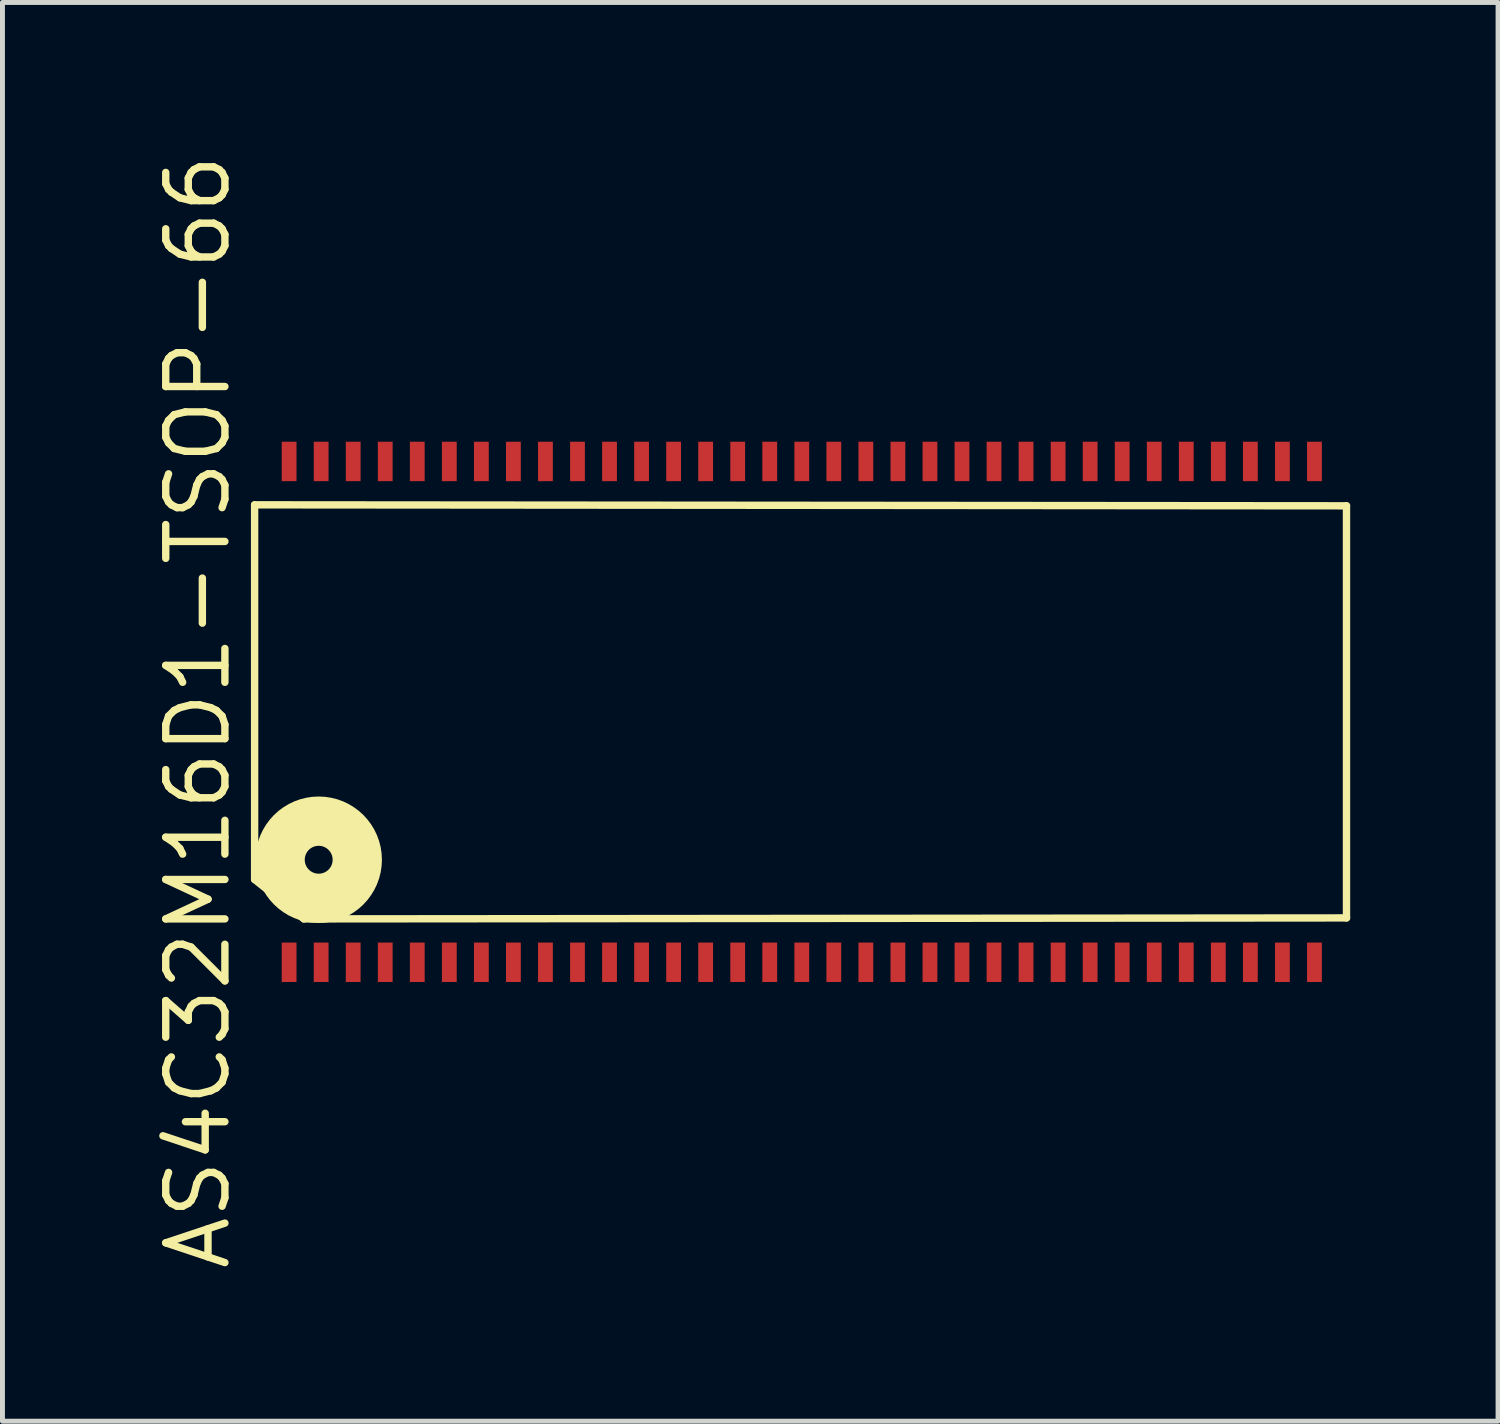
<source format=kicad_pcb>
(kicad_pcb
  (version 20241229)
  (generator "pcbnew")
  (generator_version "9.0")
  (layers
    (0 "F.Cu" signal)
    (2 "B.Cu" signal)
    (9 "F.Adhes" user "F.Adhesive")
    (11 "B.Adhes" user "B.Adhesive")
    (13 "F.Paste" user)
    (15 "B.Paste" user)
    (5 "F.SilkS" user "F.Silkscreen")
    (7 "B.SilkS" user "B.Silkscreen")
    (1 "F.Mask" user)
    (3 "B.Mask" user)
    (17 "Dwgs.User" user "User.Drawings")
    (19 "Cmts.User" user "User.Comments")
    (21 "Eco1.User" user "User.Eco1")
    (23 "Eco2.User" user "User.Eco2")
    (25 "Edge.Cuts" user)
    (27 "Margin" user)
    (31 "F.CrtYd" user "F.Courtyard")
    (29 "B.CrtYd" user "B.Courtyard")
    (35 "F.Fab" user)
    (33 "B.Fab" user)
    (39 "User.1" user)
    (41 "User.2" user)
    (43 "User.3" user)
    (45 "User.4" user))
  (footprint "AS4C32M16D1-TSOP-66"
    (layer "F.Cu")
    (at 13.215 11.391)
    (property "Reference" "AS4C32M16D1-TSOP-66" (at -12.25 0 90) (layer "F.SilkS") (effects (font (size 1.2 1.2) (thickness 0.15))))
    (attr through_hole)
    (fp_line (start -11.1 -4.2) (end -11.1 3.4) (stroke (width 0.15) (type solid)) (layer "F.SilkS"))
    (fp_line (start -10.1 4.2) (end -11.1 3.4) (stroke (width 0.15) (type solid)) (layer "F.SilkS"))
    (fp_line (start -10.1 4.2) (end 11.05 4.18) (stroke (width 0.15) (type solid)) (layer "F.SilkS"))
    (fp_line (start 11.05 -4.18) (end -11.1 -4.2) (stroke (width 0.15) (type solid)) (layer "F.SilkS"))
    (fp_line (start 11.05 4.18) (end 11.05 -4.18) (stroke (width 0.15) (type solid)) (layer "F.SilkS"))
    (fp_circle (center -9.8 3) (end -9.6 2.8) (stroke (width 1) (type solid)) (fill no) (layer "F.SilkS"))
    (pad "1" smd rect (at -10.4 5.08) (size 0.3 0.8) (layers "F.Cu" "F.Mask" "F.Paste"))
    (pad "2" smd rect (at -9.75 5.08) (size 0.3 0.8) (layers "F.Cu" "F.Mask" "F.Paste"))
    (pad "3" smd rect (at -9.1 5.08) (size 0.3 0.8) (layers "F.Cu" "F.Mask" "F.Paste"))
    (pad "4" smd rect (at -8.45 5.08) (size 0.3 0.8) (layers "F.Cu" "F.Mask" "F.Paste"))
    (pad "5" smd rect (at -7.8 5.08) (size 0.3 0.8) (layers "F.Cu" "F.Mask" "F.Paste"))
    (pad "6" smd rect (at -7.15 5.08) (size 0.3 0.8) (layers "F.Cu" "F.Mask" "F.Paste"))
    (pad "7" smd rect (at -6.5 5.08) (size 0.3 0.8) (layers "F.Cu" "F.Mask" "F.Paste"))
    (pad "8" smd rect (at -5.85 5.08) (size 0.3 0.8) (layers "F.Cu" "F.Mask" "F.Paste"))
    (pad "9" smd rect (at -5.2 5.08) (size 0.3 0.8) (layers "F.Cu" "F.Mask" "F.Paste"))
    (pad "10" smd rect (at -4.55 5.08) (size 0.3 0.8) (layers "F.Cu" "F.Mask" "F.Paste"))
    (pad "11" smd rect (at -3.9 5.08) (size 0.3 0.8) (layers "F.Cu" "F.Mask" "F.Paste"))
    (pad "12" smd rect (at -3.25 5.08) (size 0.3 0.8) (layers "F.Cu" "F.Mask" "F.Paste"))
    (pad "13" smd rect (at -2.6 5.08) (size 0.3 0.8) (layers "F.Cu" "F.Mask" "F.Paste"))
    (pad "14" smd rect (at -1.95 5.08) (size 0.3 0.8) (layers "F.Cu" "F.Mask" "F.Paste"))
    (pad "15" smd rect (at -1.3 5.08) (size 0.3 0.8) (layers "F.Cu" "F.Mask" "F.Paste"))
    (pad "16" smd rect (at -0.65 5.08) (size 0.3 0.8) (layers "F.Cu" "F.Mask" "F.Paste"))
    (pad "17" smd rect (at 0 5.08) (size 0.3 0.8) (layers "F.Cu" "F.Mask" "F.Paste"))
    (pad "18" smd rect (at 0.65 5.08) (size 0.3 0.8) (layers "F.Cu" "F.Mask" "F.Paste"))
    (pad "19" smd rect (at 1.3 5.08) (size 0.3 0.8) (layers "F.Cu" "F.Mask" "F.Paste"))
    (pad "20" smd rect (at 1.95 5.08) (size 0.3 0.8) (layers "F.Cu" "F.Mask" "F.Paste"))
    (pad "21" smd rect (at 2.6 5.08) (size 0.3 0.8) (layers "F.Cu" "F.Mask" "F.Paste"))
    (pad "22" smd rect (at 3.25 5.08) (size 0.3 0.8) (layers "F.Cu" "F.Mask" "F.Paste"))
    (pad "23" smd rect (at 3.9 5.08) (size 0.3 0.8) (layers "F.Cu" "F.Mask" "F.Paste"))
    (pad "24" smd rect (at 4.55 5.08) (size 0.3 0.8) (layers "F.Cu" "F.Mask" "F.Paste"))
    (pad "25" smd rect (at 5.2 5.08) (size 0.3 0.8) (layers "F.Cu" "F.Mask" "F.Paste"))
    (pad "26" smd rect (at 5.85 5.08) (size 0.3 0.8) (layers "F.Cu" "F.Mask" "F.Paste"))
    (pad "27" smd rect (at 6.5 5.08) (size 0.3 0.8) (layers "F.Cu" "F.Mask" "F.Paste"))
    (pad "28" smd rect (at 7.15 5.08) (size 0.3 0.8) (layers "F.Cu" "F.Mask" "F.Paste"))
    (pad "29" smd rect (at 7.8 5.08) (size 0.3 0.8) (layers "F.Cu" "F.Mask" "F.Paste"))
    (pad "30" smd rect (at 8.45 5.08) (size 0.3 0.8) (layers "F.Cu" "F.Mask" "F.Paste"))
    (pad "31" smd rect (at 9.1 5.08) (size 0.3 0.8) (layers "F.Cu" "F.Mask" "F.Paste"))
    (pad "32" smd rect (at 9.75 5.08) (size 0.3 0.8) (layers "F.Cu" "F.Mask" "F.Paste"))
    (pad "33" smd rect (at 10.4 5.08) (size 0.3 0.8) (layers "F.Cu" "F.Mask" "F.Paste"))
    (pad "34" smd rect (at 10.4 -5.08) (size 0.3 0.8) (layers "F.Cu" "F.Mask" "F.Paste"))
    (pad "35" smd rect (at 9.75 -5.08) (size 0.3 0.8) (layers "F.Cu" "F.Mask" "F.Paste"))
    (pad "36" smd rect (at 9.1 -5.08) (size 0.3 0.8) (layers "F.Cu" "F.Mask" "F.Paste"))
    (pad "37" smd rect (at 8.45 -5.08) (size 0.3 0.8) (layers "F.Cu" "F.Mask" "F.Paste"))
    (pad "38" smd rect (at 7.8 -5.08) (size 0.3 0.8) (layers "F.Cu" "F.Mask" "F.Paste"))
    (pad "39" smd rect (at 7.15 -5.08) (size 0.3 0.8) (layers "F.Cu" "F.Mask" "F.Paste"))
    (pad "40" smd rect (at 6.5 -5.08) (size 0.3 0.8) (layers "F.Cu" "F.Mask" "F.Paste"))
    (pad "41" smd rect (at 5.85 -5.08) (size 0.3 0.8) (layers "F.Cu" "F.Mask" "F.Paste"))
    (pad "42" smd rect (at 5.2 -5.08) (size 0.3 0.8) (layers "F.Cu" "F.Mask" "F.Paste"))
    (pad "43" smd rect (at 4.55 -5.08) (size 0.3 0.8) (layers "F.Cu" "F.Mask" "F.Paste"))
    (pad "44" smd rect (at 3.9 -5.08) (size 0.3 0.8) (layers "F.Cu" "F.Mask" "F.Paste"))
    (pad "45" smd rect (at 3.25 -5.08) (size 0.3 0.8) (layers "F.Cu" "F.Mask" "F.Paste"))
    (pad "46" smd rect (at 2.6 -5.08) (size 0.3 0.8) (layers "F.Cu" "F.Mask" "F.Paste"))
    (pad "47" smd rect (at 1.95 -5.08) (size 0.3 0.8) (layers "F.Cu" "F.Mask" "F.Paste"))
    (pad "48" smd rect (at 1.3 -5.08) (size 0.3 0.8) (layers "F.Cu" "F.Mask" "F.Paste"))
    (pad "49" smd rect (at 0.65 -5.08) (size 0.3 0.8) (layers "F.Cu" "F.Mask" "F.Paste"))
    (pad "50" smd rect (at 0 -5.08) (size 0.3 0.8) (layers "F.Cu" "F.Mask" "F.Paste"))
    (pad "51" smd rect (at -0.65 -5.08) (size 0.3 0.8) (layers "F.Cu" "F.Mask" "F.Paste"))
    (pad "52" smd rect (at -1.3 -5.08) (size 0.3 0.8) (layers "F.Cu" "F.Mask" "F.Paste"))
    (pad "53" smd rect (at -1.95 -5.08) (size 0.3 0.8) (layers "F.Cu" "F.Mask" "F.Paste"))
    (pad "54" smd rect (at -2.6 -5.08) (size 0.3 0.8) (layers "F.Cu" "F.Mask" "F.Paste"))
    (pad "55" smd rect (at -3.25 -5.08) (size 0.3 0.8) (layers "F.Cu" "F.Mask" "F.Paste"))
    (pad "56" smd rect (at -3.9 -5.08) (size 0.3 0.8) (layers "F.Cu" "F.Mask" "F.Paste"))
    (pad "57" smd rect (at -4.55 -5.08) (size 0.3 0.8) (layers "F.Cu" "F.Mask" "F.Paste"))
    (pad "58" smd rect (at -5.2 -5.08) (size 0.3 0.8) (layers "F.Cu" "F.Mask" "F.Paste"))
    (pad "59" smd rect (at -5.85 -5.08) (size 0.3 0.8) (layers "F.Cu" "F.Mask" "F.Paste"))
    (pad "60" smd rect (at -6.5 -5.08) (size 0.3 0.8) (layers "F.Cu" "F.Mask" "F.Paste"))
    (pad "61" smd rect (at -7.15 -5.08) (size 0.3 0.8) (layers "F.Cu" "F.Mask" "F.Paste"))
    (pad "62" smd rect (at -7.8 -5.08) (size 0.3 0.8) (layers "F.Cu" "F.Mask" "F.Paste"))
    (pad "63" smd rect (at -8.45 -5.08) (size 0.3 0.8) (layers "F.Cu" "F.Mask" "F.Paste"))
    (pad "64" smd rect (at -9.1 -5.08) (size 0.3 0.8) (layers "F.Cu" "F.Mask" "F.Paste"))
    (pad "65" smd rect (at -9.75 -5.08) (size 0.3 0.8) (layers "F.Cu" "F.Mask" "F.Paste"))
    (pad "66" smd rect (at -10.4 -5.08) (size 0.3 0.8) (layers "F.Cu" "F.Mask" "F.Paste")))
  (gr_rect
    (start -3 -3)
    (end 27.34 25.781)
    (stroke (width 0.1) (type default))
    (fill no)
    (layer "Edge.Cuts")))
</source>
